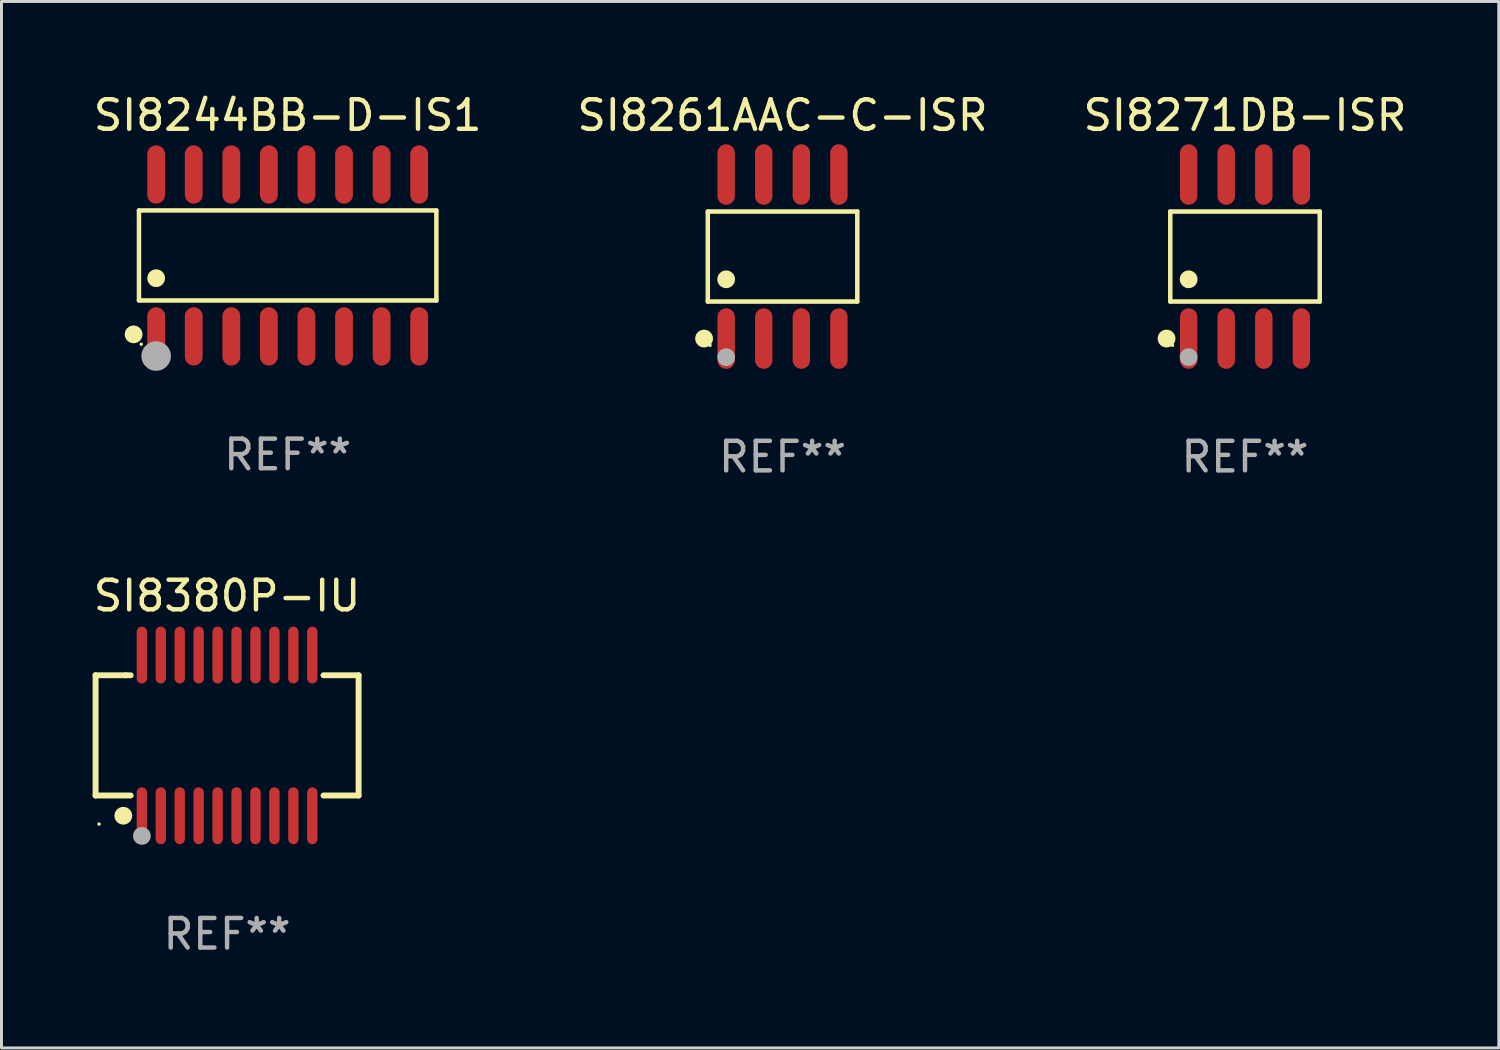
<source format=kicad_pcb>
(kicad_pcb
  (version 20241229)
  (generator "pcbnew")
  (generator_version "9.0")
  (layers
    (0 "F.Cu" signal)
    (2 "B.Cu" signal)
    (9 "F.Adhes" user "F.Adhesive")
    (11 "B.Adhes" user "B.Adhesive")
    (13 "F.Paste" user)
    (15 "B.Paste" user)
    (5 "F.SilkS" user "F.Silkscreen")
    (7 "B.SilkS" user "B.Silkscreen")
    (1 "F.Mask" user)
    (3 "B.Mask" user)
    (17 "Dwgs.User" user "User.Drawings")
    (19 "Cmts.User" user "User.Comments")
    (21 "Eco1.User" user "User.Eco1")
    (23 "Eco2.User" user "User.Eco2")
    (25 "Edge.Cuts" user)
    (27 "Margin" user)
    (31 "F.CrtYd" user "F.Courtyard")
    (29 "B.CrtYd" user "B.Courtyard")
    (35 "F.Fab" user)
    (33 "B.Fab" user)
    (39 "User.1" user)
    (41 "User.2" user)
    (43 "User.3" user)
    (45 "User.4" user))
  (footprint "SI8244BB-D-IS1"
    (layer "F.Cu")
    (at 6.673 5.584)
    (property "Reference" "SI8244BB-D-IS1" (at 0 -4.736 0) (layer "F.SilkS") (effects (font (size 1 1) (thickness 0.15))))
    (attr through_hole)
    (fp_line (start -5.026 -1.521) (end 5.026 -1.521) (stroke (width 0.152) (type solid)) (layer "F.SilkS"))
    (fp_line (start -5.026 1.521) (end -5.026 -1.521) (stroke (width 0.152) (type solid)) (layer "F.SilkS"))
    (fp_line (start 5.026 -1.521) (end 5.026 1.521) (stroke (width 0.152) (type solid)) (layer "F.SilkS"))
    (fp_line (start 5.026 1.521) (end -5.026 1.521) (stroke (width 0.152) (type solid)) (layer "F.SilkS"))
    (fp_circle (center -5.207 2.667) (end -5.057 2.667) (stroke (width 0.3) (type solid)) (fill no) (layer "F.SilkS"))
    (fp_circle (center -4.95 3) (end -4.92 3) (stroke (width 0.06) (type solid)) (fill no) (layer "F.SilkS"))
    (fp_circle (center -4.445 0.769) (end -4.295 0.769) (stroke (width 0.3) (type solid)) (fill no) (layer "F.SilkS"))
    (fp_circle (center -4.445 3.4) (end -4.195 3.4) (stroke (width 0.5) (type solid)) (fill no) (layer "F.Fab"))
    (fp_text user "REF**" (at 0 6.736 0) (layer "F.Fab") (effects (font (size 1 1) (thickness 0.15))))
    (pad "1" smd oval (at -4.445 2.736) (size 0.602 1.971) (layers "F.Cu" "F.Mask" "F.Paste"))
    (pad "2" smd oval (at -3.175 2.736) (size 0.602 1.971) (layers "F.Cu" "F.Mask" "F.Paste"))
    (pad "3" smd oval (at -1.905 2.736) (size 0.602 1.971) (layers "F.Cu" "F.Mask" "F.Paste"))
    (pad "4" smd oval (at -0.635 2.736) (size 0.602 1.971) (layers "F.Cu" "F.Mask" "F.Paste"))
    (pad "5" smd oval (at 0.635 2.736) (size 0.602 1.971) (layers "F.Cu" "F.Mask" "F.Paste"))
    (pad "6" smd oval (at 1.905 2.736) (size 0.602 1.971) (layers "F.Cu" "F.Mask" "F.Paste"))
    (pad "7" smd oval (at 3.175 2.736) (size 0.602 1.971) (layers "F.Cu" "F.Mask" "F.Paste"))
    (pad "8" smd oval (at 4.445 2.736) (size 0.602 1.971) (layers "F.Cu" "F.Mask" "F.Paste"))
    (pad "9" smd oval (at 4.445 -2.736) (size 0.602 1.971) (layers "F.Cu" "F.Mask" "F.Paste"))
    (pad "10" smd oval (at 3.175 -2.736) (size 0.602 1.971) (layers "F.Cu" "F.Mask" "F.Paste"))
    (pad "11" smd oval (at 1.905 -2.736) (size 0.602 1.971) (layers "F.Cu" "F.Mask" "F.Paste"))
    (pad "12" smd oval (at 0.635 -2.736) (size 0.602 1.971) (layers "F.Cu" "F.Mask" "F.Paste"))
    (pad "13" smd oval (at -0.635 -2.736) (size 0.602 1.971) (layers "F.Cu" "F.Mask" "F.Paste"))
    (pad "14" smd oval (at -1.905 -2.736) (size 0.602 1.971) (layers "F.Cu" "F.Mask" "F.Paste"))
    (pad "15" smd oval (at -3.175 -2.736) (size 0.602 1.971) (layers "F.Cu" "F.Mask" "F.Paste"))
    (pad "16" smd oval (at -4.445 -2.736) (size 0.602 1.971) (layers "F.Cu" "F.Mask" "F.Paste")))
  (footprint "SI8261AAC-C-ISR"
    (layer "F.Cu")
    (at 23.399 5.621)
    (property "Reference" "SI8261AAC-C-ISR" (at 0 -4.772 0) (layer "F.SilkS") (effects (font (size 1 1) (thickness 0.15))))
    (attr through_hole)
    (fp_line (start -2.526 -1.521) (end 2.526 -1.521) (stroke (width 0.152) (type solid)) (layer "F.SilkS"))
    (fp_line (start -2.526 1.521) (end -2.526 -1.521) (stroke (width 0.152) (type solid)) (layer "F.SilkS"))
    (fp_line (start 2.526 -1.521) (end 2.526 1.521) (stroke (width 0.152) (type solid)) (layer "F.SilkS"))
    (fp_line (start 2.526 1.521) (end -2.526 1.521) (stroke (width 0.152) (type solid)) (layer "F.SilkS"))
    (fp_circle (center -2.652 2.772) (end -2.501 2.772) (stroke (width 0.3) (type solid)) (fill no) (layer "F.SilkS"))
    (fp_circle (center -2.45 3) (end -2.42 3) (stroke (width 0.06) (type solid)) (fill no) (layer "F.SilkS"))
    (fp_circle (center -1.905 0.769) (end -1.755 0.769) (stroke (width 0.3) (type solid)) (fill no) (layer "F.SilkS"))
    (fp_circle (center -1.905 3.4) (end -1.755 3.4) (stroke (width 0.3) (type solid)) (fill no) (layer "F.Fab"))
    (fp_text user "REF**" (at 0 6.772 0) (layer "F.Fab") (effects (font (size 1 1) (thickness 0.15))))
    (pad "1" smd oval (at -1.905 2.772) (size 0.588 2.045) (layers "F.Cu" "F.Mask" "F.Paste"))
    (pad "2" smd oval (at -0.635 2.772) (size 0.588 2.045) (layers "F.Cu" "F.Mask" "F.Paste"))
    (pad "3" smd oval (at 0.635 2.772) (size 0.588 2.045) (layers "F.Cu" "F.Mask" "F.Paste"))
    (pad "4" smd oval (at 1.905 2.772) (size 0.588 2.045) (layers "F.Cu" "F.Mask" "F.Paste"))
    (pad "5" smd oval (at 1.905 -2.772) (size 0.588 2.045) (layers "F.Cu" "F.Mask" "F.Paste"))
    (pad "6" smd oval (at 0.635 -2.772) (size 0.588 2.045) (layers "F.Cu" "F.Mask" "F.Paste"))
    (pad "7" smd oval (at -0.635 -2.772) (size 0.588 2.045) (layers "F.Cu" "F.Mask" "F.Paste"))
    (pad "8" smd oval (at -1.905 -2.772) (size 0.588 2.045) (layers "F.Cu" "F.Mask" "F.Paste")))
  (footprint "SI8380P-IU"
    (layer "F.Cu")
    (at 4.625 21.805)
    (property "Reference" "SI8380P-IU" (at 0 -4.716 0) (layer "F.SilkS") (effects (font (size 1 1) (thickness 0.15))))
    (attr through_hole)
    (fp_line (start -4.445 -2.032) (end -4.445 2.032) (stroke (width 0.2) (type solid)) (layer "F.SilkS"))
    (fp_line (start -4.445 2.032) (end -3.259 2.032) (stroke (width 0.2) (type solid)) (layer "F.SilkS"))
    (fp_line (start -3.429 -2.032) (end -4.445 -2.032) (stroke (width 0.2) (type solid)) (layer "F.SilkS"))
    (fp_line (start -3.259 -2.032) (end -3.429 -2.032) (stroke (width 0.2) (type solid)) (layer "F.SilkS"))
    (fp_line (start 3.259 2.032) (end 4.445 2.032) (stroke (width 0.2) (type solid)) (layer "F.SilkS"))
    (fp_line (start 4.445 -2.032) (end 3.259 -2.032) (stroke (width 0.2) (type solid)) (layer "F.SilkS"))
    (fp_line (start 4.445 2.032) (end 4.445 -2.032) (stroke (width 0.2) (type solid)) (layer "F.SilkS"))
    (fp_circle (center -4.327 2.997) (end -4.297 2.997) (stroke (width 0.06) (type solid)) (fill no) (layer "F.SilkS"))
    (fp_circle (center -3.507 2.716) (end -3.357 2.716) (stroke (width 0.3) (type solid)) (fill no) (layer "F.SilkS"))
    (fp_circle (center -2.88 3.398) (end -2.73 3.398) (stroke (width 0.3) (type solid)) (fill no) (layer "F.Fab"))
    (fp_text user "REF**" (at 0 6.716 0) (layer "F.Fab") (effects (font (size 1 1) (thickness 0.15))))
    (pad "1" smd oval (at -2.88 2.716) (size 0.35 1.922) (layers "F.Cu" "F.Mask" "F.Paste"))
    (pad "2" smd oval (at -2.24 2.716) (size 0.35 1.922) (layers "F.Cu" "F.Mask" "F.Paste"))
    (pad "3" smd oval (at -1.6 2.716) (size 0.35 1.922) (layers "F.Cu" "F.Mask" "F.Paste"))
    (pad "4" smd oval (at -0.96 2.716) (size 0.35 1.922) (layers "F.Cu" "F.Mask" "F.Paste"))
    (pad "5" smd oval (at -0.32 2.716) (size 0.35 1.922) (layers "F.Cu" "F.Mask" "F.Paste"))
    (pad "6" smd oval (at 0.32 2.716) (size 0.35 1.922) (layers "F.Cu" "F.Mask" "F.Paste"))
    (pad "7" smd oval (at 0.96 2.716) (size 0.35 1.922) (layers "F.Cu" "F.Mask" "F.Paste"))
    (pad "8" smd oval (at 1.6 2.716) (size 0.35 1.922) (layers "F.Cu" "F.Mask" "F.Paste"))
    (pad "9" smd oval (at 2.24 2.716) (size 0.35 1.922) (layers "F.Cu" "F.Mask" "F.Paste"))
    (pad "10" smd oval (at 2.88 2.716) (size 0.35 1.922) (layers "F.Cu" "F.Mask" "F.Paste"))
    (pad "11" smd oval (at 2.88 -2.716) (size 0.35 1.922) (layers "F.Cu" "F.Mask" "F.Paste"))
    (pad "12" smd oval (at 2.24 -2.716) (size 0.35 1.922) (layers "F.Cu" "F.Mask" "F.Paste"))
    (pad "13" smd oval (at 1.6 -2.716) (size 0.35 1.922) (layers "F.Cu" "F.Mask" "F.Paste"))
    (pad "14" smd oval (at 0.96 -2.716) (size 0.35 1.922) (layers "F.Cu" "F.Mask" "F.Paste"))
    (pad "15" smd oval (at 0.32 -2.716) (size 0.35 1.922) (layers "F.Cu" "F.Mask" "F.Paste"))
    (pad "16" smd oval (at -0.32 -2.716) (size 0.35 1.922) (layers "F.Cu" "F.Mask" "F.Paste"))
    (pad "17" smd oval (at -0.96 -2.716) (size 0.35 1.922) (layers "F.Cu" "F.Mask" "F.Paste"))
    (pad "18" smd oval (at -1.6 -2.716) (size 0.35 1.922) (layers "F.Cu" "F.Mask" "F.Paste"))
    (pad "19" smd oval (at -2.24 -2.716) (size 0.35 1.922) (layers "F.Cu" "F.Mask" "F.Paste"))
    (pad "20" smd oval (at -2.88 -2.716) (size 0.35 1.922) (layers "F.Cu" "F.Mask" "F.Paste")))
  (footprint "SI8271DB-ISR"
    (layer "F.Cu")
    (at 39.03 5.621)
    (property "Reference" "SI8271DB-ISR" (at 0 -4.772 0) (layer "F.SilkS") (effects (font (size 1 1) (thickness 0.15))))
    (attr through_hole)
    (fp_line (start -2.526 -1.521) (end 2.526 -1.521) (stroke (width 0.152) (type solid)) (layer "F.SilkS"))
    (fp_line (start -2.526 1.521) (end -2.526 -1.521) (stroke (width 0.152) (type solid)) (layer "F.SilkS"))
    (fp_line (start 2.526 -1.521) (end 2.526 1.521) (stroke (width 0.152) (type solid)) (layer "F.SilkS"))
    (fp_line (start 2.526 1.521) (end -2.526 1.521) (stroke (width 0.152) (type solid)) (layer "F.SilkS"))
    (fp_circle (center -2.652 2.772) (end -2.501 2.772) (stroke (width 0.3) (type solid)) (fill no) (layer "F.SilkS"))
    (fp_circle (center -2.45 3) (end -2.42 3) (stroke (width 0.06) (type solid)) (fill no) (layer "F.SilkS"))
    (fp_circle (center -1.905 0.769) (end -1.755 0.769) (stroke (width 0.3) (type solid)) (fill no) (layer "F.SilkS"))
    (fp_circle (center -1.905 3.4) (end -1.755 3.4) (stroke (width 0.3) (type solid)) (fill no) (layer "F.Fab"))
    (fp_text user "REF**" (at 0 6.772 0) (layer "F.Fab") (effects (font (size 1 1) (thickness 0.15))))
    (pad "1" smd oval (at -1.905 2.772) (size 0.588 2.045) (layers "F.Cu" "F.Mask" "F.Paste"))
    (pad "2" smd oval (at -0.635 2.772) (size 0.588 2.045) (layers "F.Cu" "F.Mask" "F.Paste"))
    (pad "3" smd oval (at 0.635 2.772) (size 0.588 2.045) (layers "F.Cu" "F.Mask" "F.Paste"))
    (pad "4" smd oval (at 1.905 2.772) (size 0.588 2.045) (layers "F.Cu" "F.Mask" "F.Paste"))
    (pad "5" smd oval (at 1.905 -2.772) (size 0.588 2.045) (layers "F.Cu" "F.Mask" "F.Paste"))
    (pad "6" smd oval (at 0.635 -2.772) (size 0.588 2.045) (layers "F.Cu" "F.Mask" "F.Paste"))
    (pad "7" smd oval (at -0.635 -2.772) (size 0.588 2.045) (layers "F.Cu" "F.Mask" "F.Paste"))
    (pad "8" smd oval (at -1.905 -2.772) (size 0.588 2.045) (layers "F.Cu" "F.Mask" "F.Paste")))
  (gr_rect
    (start -3 -3)
    (end 47.607 32.369)
    (stroke (width 0.1) (type default))
    (fill no)
    (layer "Edge.Cuts")))
</source>
